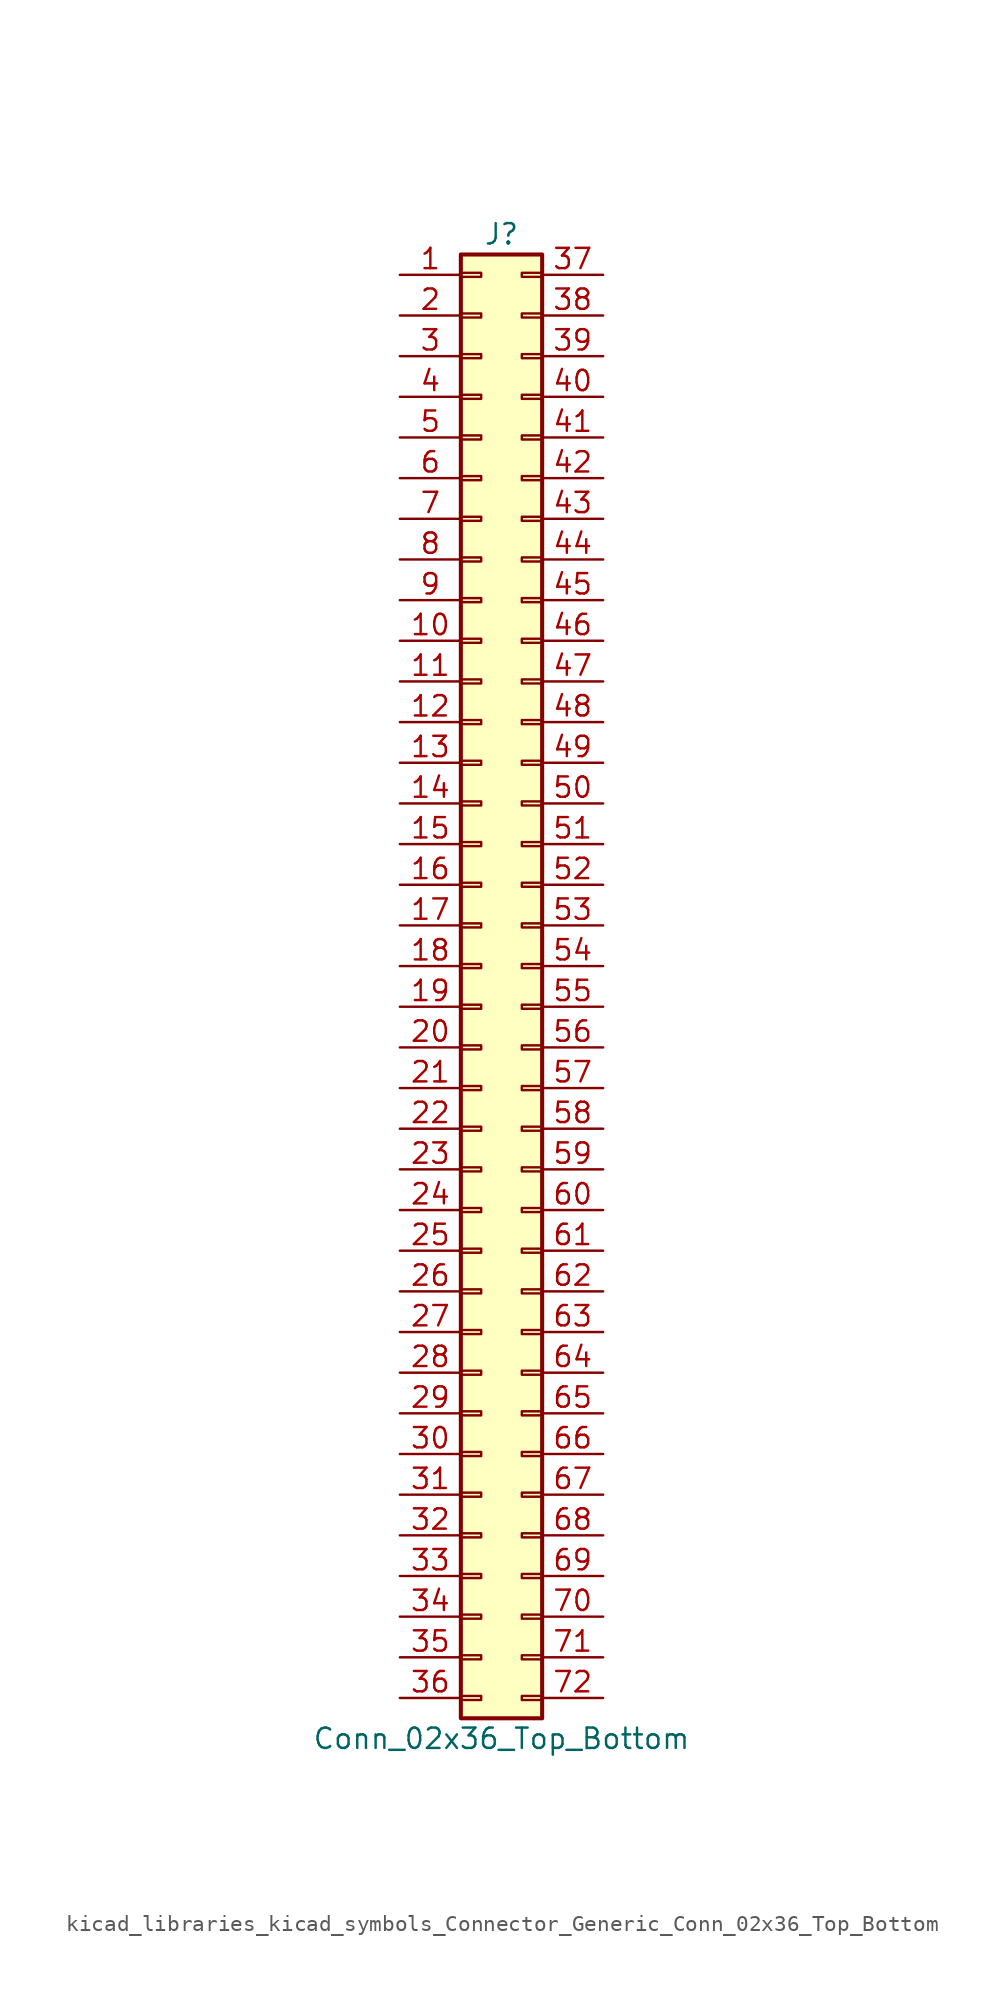
<source format=kicad_sym>
(kicad_symbol_lib
  (version 20220914)
  (generator kicad_symbol_editor)
  (symbol "kicad_libraries_kicad_symbols_Connector_Generic_Conn_02x36_Top_Bottom"
    (pin_names
      (offset 1.016) hide)
    (property "Reference" "J"
      (at 1.27 45.72 0)
      (effects (font (size 1.27 1.27))))
    (property "Value" "Conn_02x36_Top_Bottom"
      (at 1.27 -48.26 0)
      (effects (font (size 1.27 1.27))))
    (symbol "kicad_libraries_kicad_symbols_Connector_Generic_Conn_02x36_Top_Bottom_1_1"
      (rectangle (start -1.27 -45.593) (end 0 -45.847) (stroke (width 0.152) (type default)) (fill (type none)))
      (rectangle (start -1.27 -43.053) (end 0 -43.307) (stroke (width 0.152) (type default)) (fill (type none)))
      (rectangle (start -1.27 -40.513) (end 0 -40.767) (stroke (width 0.152) (type default)) (fill (type none)))
      (rectangle (start -1.27 -37.973) (end 0 -38.227) (stroke (width 0.152) (type default)) (fill (type none)))
      (rectangle (start -1.27 -35.433) (end 0 -35.687) (stroke (width 0.152) (type default)) (fill (type none)))
      (rectangle (start -1.27 -32.893) (end 0 -33.147) (stroke (width 0.152) (type default)) (fill (type none)))
      (rectangle (start -1.27 -30.353) (end 0 -30.607) (stroke (width 0.152) (type default)) (fill (type none)))
      (rectangle (start -1.27 -27.813) (end 0 -28.067) (stroke (width 0.152) (type default)) (fill (type none)))
      (rectangle (start -1.27 -25.273) (end 0 -25.527) (stroke (width 0.152) (type default)) (fill (type none)))
      (rectangle (start -1.27 -22.733) (end 0 -22.987) (stroke (width 0.152) (type default)) (fill (type none)))
      (rectangle (start -1.27 -20.193) (end 0 -20.447) (stroke (width 0.152) (type default)) (fill (type none)))
      (rectangle (start -1.27 -17.653) (end 0 -17.907) (stroke (width 0.152) (type default)) (fill (type none)))
      (rectangle (start -1.27 -15.113) (end 0 -15.367) (stroke (width 0.152) (type default)) (fill (type none)))
      (rectangle (start -1.27 -12.573) (end 0 -12.827) (stroke (width 0.152) (type default)) (fill (type none)))
      (rectangle (start -1.27 -10.033) (end 0 -10.287) (stroke (width 0.152) (type default)) (fill (type none)))
      (rectangle (start -1.27 -7.493) (end 0 -7.747) (stroke (width 0.152) (type default)) (fill (type none)))
      (rectangle (start -1.27 -4.953) (end 0 -5.207) (stroke (width 0.152) (type default)) (fill (type none)))
      (rectangle (start -1.27 -2.413) (end 0 -2.667) (stroke (width 0.152) (type default)) (fill (type none)))
      (rectangle (start -1.27 0.127) (end 0 -0.127) (stroke (width 0.152) (type default)) (fill (type none)))
      (rectangle (start -1.27 2.667) (end 0 2.413) (stroke (width 0.152) (type default)) (fill (type none)))
      (rectangle (start -1.27 5.207) (end 0 4.953) (stroke (width 0.152) (type default)) (fill (type none)))
      (rectangle (start -1.27 7.747) (end 0 7.493) (stroke (width 0.152) (type default)) (fill (type none)))
      (rectangle (start -1.27 10.287) (end 0 10.033) (stroke (width 0.152) (type default)) (fill (type none)))
      (rectangle (start -1.27 12.827) (end 0 12.573) (stroke (width 0.152) (type default)) (fill (type none)))
      (rectangle (start -1.27 15.367) (end 0 15.113) (stroke (width 0.152) (type default)) (fill (type none)))
      (rectangle (start -1.27 17.907) (end 0 17.653) (stroke (width 0.152) (type default)) (fill (type none)))
      (rectangle (start -1.27 20.447) (end 0 20.193) (stroke (width 0.152) (type default)) (fill (type none)))
      (rectangle (start -1.27 22.987) (end 0 22.733) (stroke (width 0.152) (type default)) (fill (type none)))
      (rectangle (start -1.27 25.527) (end 0 25.273) (stroke (width 0.152) (type default)) (fill (type none)))
      (rectangle (start -1.27 28.067) (end 0 27.813) (stroke (width 0.152) (type default)) (fill (type none)))
      (rectangle (start -1.27 30.607) (end 0 30.353) (stroke (width 0.152) (type default)) (fill (type none)))
      (rectangle (start -1.27 33.147) (end 0 32.893) (stroke (width 0.152) (type default)) (fill (type none)))
      (rectangle (start -1.27 35.687) (end 0 35.433) (stroke (width 0.152) (type default)) (fill (type none)))
      (rectangle (start -1.27 38.227) (end 0 37.973) (stroke (width 0.152) (type default)) (fill (type none)))
      (rectangle (start -1.27 40.767) (end 0 40.513) (stroke (width 0.152) (type default)) (fill (type none)))
      (rectangle (start -1.27 43.307) (end 0 43.053) (stroke (width 0.152) (type default)) (fill (type none)))
      (rectangle (start -1.27 44.45) (end 3.81 -46.99) (stroke (width 0.254) (type default)) (fill (type background)))
      (rectangle (start 3.81 -45.593) (end 2.54 -45.847) (stroke (width 0.152) (type default)) (fill (type none)))
      (rectangle (start 3.81 -43.053) (end 2.54 -43.307) (stroke (width 0.152) (type default)) (fill (type none)))
      (rectangle (start 3.81 -40.513) (end 2.54 -40.767) (stroke (width 0.152) (type default)) (fill (type none)))
      (rectangle (start 3.81 -37.973) (end 2.54 -38.227) (stroke (width 0.152) (type default)) (fill (type none)))
      (rectangle (start 3.81 -35.433) (end 2.54 -35.687) (stroke (width 0.152) (type default)) (fill (type none)))
      (rectangle (start 3.81 -32.893) (end 2.54 -33.147) (stroke (width 0.152) (type default)) (fill (type none)))
      (rectangle (start 3.81 -30.353) (end 2.54 -30.607) (stroke (width 0.152) (type default)) (fill (type none)))
      (rectangle (start 3.81 -27.813) (end 2.54 -28.067) (stroke (width 0.152) (type default)) (fill (type none)))
      (rectangle (start 3.81 -25.273) (end 2.54 -25.527) (stroke (width 0.152) (type default)) (fill (type none)))
      (rectangle (start 3.81 -22.733) (end 2.54 -22.987) (stroke (width 0.152) (type default)) (fill (type none)))
      (rectangle (start 3.81 -20.193) (end 2.54 -20.447) (stroke (width 0.152) (type default)) (fill (type none)))
      (rectangle (start 3.81 -17.653) (end 2.54 -17.907) (stroke (width 0.152) (type default)) (fill (type none)))
      (rectangle (start 3.81 -15.113) (end 2.54 -15.367) (stroke (width 0.152) (type default)) (fill (type none)))
      (rectangle (start 3.81 -12.573) (end 2.54 -12.827) (stroke (width 0.152) (type default)) (fill (type none)))
      (rectangle (start 3.81 -10.033) (end 2.54 -10.287) (stroke (width 0.152) (type default)) (fill (type none)))
      (rectangle (start 3.81 -7.493) (end 2.54 -7.747) (stroke (width 0.152) (type default)) (fill (type none)))
      (rectangle (start 3.81 -4.953) (end 2.54 -5.207) (stroke (width 0.152) (type default)) (fill (type none)))
      (rectangle (start 3.81 -2.413) (end 2.54 -2.667) (stroke (width 0.152) (type default)) (fill (type none)))
      (rectangle (start 3.81 0.127) (end 2.54 -0.127) (stroke (width 0.152) (type default)) (fill (type none)))
      (rectangle (start 3.81 2.667) (end 2.54 2.413) (stroke (width 0.152) (type default)) (fill (type none)))
      (rectangle (start 3.81 5.207) (end 2.54 4.953) (stroke (width 0.152) (type default)) (fill (type none)))
      (rectangle (start 3.81 7.747) (end 2.54 7.493) (stroke (width 0.152) (type default)) (fill (type none)))
      (rectangle (start 3.81 10.287) (end 2.54 10.033) (stroke (width 0.152) (type default)) (fill (type none)))
      (rectangle (start 3.81 12.827) (end 2.54 12.573) (stroke (width 0.152) (type default)) (fill (type none)))
      (rectangle (start 3.81 15.367) (end 2.54 15.113) (stroke (width 0.152) (type default)) (fill (type none)))
      (rectangle (start 3.81 17.907) (end 2.54 17.653) (stroke (width 0.152) (type default)) (fill (type none)))
      (rectangle (start 3.81 20.447) (end 2.54 20.193) (stroke (width 0.152) (type default)) (fill (type none)))
      (rectangle (start 3.81 22.987) (end 2.54 22.733) (stroke (width 0.152) (type default)) (fill (type none)))
      (rectangle (start 3.81 25.527) (end 2.54 25.273) (stroke (width 0.152) (type default)) (fill (type none)))
      (rectangle (start 3.81 28.067) (end 2.54 27.813) (stroke (width 0.152) (type default)) (fill (type none)))
      (rectangle (start 3.81 30.607) (end 2.54 30.353) (stroke (width 0.152) (type default)) (fill (type none)))
      (rectangle (start 3.81 33.147) (end 2.54 32.893) (stroke (width 0.152) (type default)) (fill (type none)))
      (rectangle (start 3.81 35.687) (end 2.54 35.433) (stroke (width 0.152) (type default)) (fill (type none)))
      (rectangle (start 3.81 38.227) (end 2.54 37.973) (stroke (width 0.152) (type default)) (fill (type none)))
      (rectangle (start 3.81 40.767) (end 2.54 40.513) (stroke (width 0.152) (type default)) (fill (type none)))
      (rectangle (start 3.81 43.307) (end 2.54 43.053) (stroke (width 0.152) (type default)) (fill (type none)))
      (pin passive line (at -5.08 43.18 0) (length 3.81) (name "Pin_1" (effects (font (size 1.27 1.27)))) (number "1" (effects (font (size 1.27 1.27)))))
      (pin passive line (at -5.08 20.32 0) (length 3.81) (name "Pin_10" (effects (font (size 1.27 1.27)))) (number "10" (effects (font (size 1.27 1.27)))))
      (pin passive line (at -5.08 17.78 0) (length 3.81) (name "Pin_11" (effects (font (size 1.27 1.27)))) (number "11" (effects (font (size 1.27 1.27)))))
      (pin passive line (at -5.08 15.24 0) (length 3.81) (name "Pin_12" (effects (font (size 1.27 1.27)))) (number "12" (effects (font (size 1.27 1.27)))))
      (pin passive line (at -5.08 12.7 0) (length 3.81) (name "Pin_13" (effects (font (size 1.27 1.27)))) (number "13" (effects (font (size 1.27 1.27)))))
      (pin passive line (at -5.08 10.16 0) (length 3.81) (name "Pin_14" (effects (font (size 1.27 1.27)))) (number "14" (effects (font (size 1.27 1.27)))))
      (pin passive line (at -5.08 7.62 0) (length 3.81) (name "Pin_15" (effects (font (size 1.27 1.27)))) (number "15" (effects (font (size 1.27 1.27)))))
      (pin passive line (at -5.08 5.08 0) (length 3.81) (name "Pin_16" (effects (font (size 1.27 1.27)))) (number "16" (effects (font (size 1.27 1.27)))))
      (pin passive line (at -5.08 2.54 0) (length 3.81) (name "Pin_17" (effects (font (size 1.27 1.27)))) (number "17" (effects (font (size 1.27 1.27)))))
      (pin passive line (at -5.08 0 0) (length 3.81) (name "Pin_18" (effects (font (size 1.27 1.27)))) (number "18" (effects (font (size 1.27 1.27)))))
      (pin passive line (at -5.08 -2.54 0) (length 3.81) (name "Pin_19" (effects (font (size 1.27 1.27)))) (number "19" (effects (font (size 1.27 1.27)))))
      (pin passive line (at -5.08 40.64 0) (length 3.81) (name "Pin_2" (effects (font (size 1.27 1.27)))) (number "2" (effects (font (size 1.27 1.27)))))
      (pin passive line (at -5.08 -5.08 0) (length 3.81) (name "Pin_20" (effects (font (size 1.27 1.27)))) (number "20" (effects (font (size 1.27 1.27)))))
      (pin passive line (at -5.08 -7.62 0) (length 3.81) (name "Pin_21" (effects (font (size 1.27 1.27)))) (number "21" (effects (font (size 1.27 1.27)))))
      (pin passive line (at -5.08 -10.16 0) (length 3.81) (name "Pin_22" (effects (font (size 1.27 1.27)))) (number "22" (effects (font (size 1.27 1.27)))))
      (pin passive line (at -5.08 -12.7 0) (length 3.81) (name "Pin_23" (effects (font (size 1.27 1.27)))) (number "23" (effects (font (size 1.27 1.27)))))
      (pin passive line (at -5.08 -15.24 0) (length 3.81) (name "Pin_24" (effects (font (size 1.27 1.27)))) (number "24" (effects (font (size 1.27 1.27)))))
      (pin passive line (at -5.08 -17.78 0) (length 3.81) (name "Pin_25" (effects (font (size 1.27 1.27)))) (number "25" (effects (font (size 1.27 1.27)))))
      (pin passive line (at -5.08 -20.32 0) (length 3.81) (name "Pin_26" (effects (font (size 1.27 1.27)))) (number "26" (effects (font (size 1.27 1.27)))))
      (pin passive line (at -5.08 -22.86 0) (length 3.81) (name "Pin_27" (effects (font (size 1.27 1.27)))) (number "27" (effects (font (size 1.27 1.27)))))
      (pin passive line (at -5.08 -25.4 0) (length 3.81) (name "Pin_28" (effects (font (size 1.27 1.27)))) (number "28" (effects (font (size 1.27 1.27)))))
      (pin passive line (at -5.08 -27.94 0) (length 3.81) (name "Pin_29" (effects (font (size 1.27 1.27)))) (number "29" (effects (font (size 1.27 1.27)))))
      (pin passive line (at -5.08 38.1 0) (length 3.81) (name "Pin_3" (effects (font (size 1.27 1.27)))) (number "3" (effects (font (size 1.27 1.27)))))
      (pin passive line (at -5.08 -30.48 0) (length 3.81) (name "Pin_30" (effects (font (size 1.27 1.27)))) (number "30" (effects (font (size 1.27 1.27)))))
      (pin passive line (at -5.08 -33.02 0) (length 3.81) (name "Pin_31" (effects (font (size 1.27 1.27)))) (number "31" (effects (font (size 1.27 1.27)))))
      (pin passive line (at -5.08 -35.56 0) (length 3.81) (name "Pin_32" (effects (font (size 1.27 1.27)))) (number "32" (effects (font (size 1.27 1.27)))))
      (pin passive line (at -5.08 -38.1 0) (length 3.81) (name "Pin_33" (effects (font (size 1.27 1.27)))) (number "33" (effects (font (size 1.27 1.27)))))
      (pin passive line (at -5.08 -40.64 0) (length 3.81) (name "Pin_34" (effects (font (size 1.27 1.27)))) (number "34" (effects (font (size 1.27 1.27)))))
      (pin passive line (at -5.08 -43.18 0) (length 3.81) (name "Pin_35" (effects (font (size 1.27 1.27)))) (number "35" (effects (font (size 1.27 1.27)))))
      (pin passive line (at -5.08 -45.72 0) (length 3.81) (name "Pin_36" (effects (font (size 1.27 1.27)))) (number "36" (effects (font (size 1.27 1.27)))))
      (pin passive line (at 7.62 43.18 180) (length 3.81) (name "Pin_37" (effects (font (size 1.27 1.27)))) (number "37" (effects (font (size 1.27 1.27)))))
      (pin passive line (at 7.62 40.64 180) (length 3.81) (name "Pin_38" (effects (font (size 1.27 1.27)))) (number "38" (effects (font (size 1.27 1.27)))))
      (pin passive line (at 7.62 38.1 180) (length 3.81) (name "Pin_39" (effects (font (size 1.27 1.27)))) (number "39" (effects (font (size 1.27 1.27)))))
      (pin passive line (at -5.08 35.56 0) (length 3.81) (name "Pin_4" (effects (font (size 1.27 1.27)))) (number "4" (effects (font (size 1.27 1.27)))))
      (pin passive line (at 7.62 35.56 180) (length 3.81) (name "Pin_40" (effects (font (size 1.27 1.27)))) (number "40" (effects (font (size 1.27 1.27)))))
      (pin passive line (at 7.62 33.02 180) (length 3.81) (name "Pin_41" (effects (font (size 1.27 1.27)))) (number "41" (effects (font (size 1.27 1.27)))))
      (pin passive line (at 7.62 30.48 180) (length 3.81) (name "Pin_42" (effects (font (size 1.27 1.27)))) (number "42" (effects (font (size 1.27 1.27)))))
      (pin passive line (at 7.62 27.94 180) (length 3.81) (name "Pin_43" (effects (font (size 1.27 1.27)))) (number "43" (effects (font (size 1.27 1.27)))))
      (pin passive line (at 7.62 25.4 180) (length 3.81) (name "Pin_44" (effects (font (size 1.27 1.27)))) (number "44" (effects (font (size 1.27 1.27)))))
      (pin passive line (at 7.62 22.86 180) (length 3.81) (name "Pin_45" (effects (font (size 1.27 1.27)))) (number "45" (effects (font (size 1.27 1.27)))))
      (pin passive line (at 7.62 20.32 180) (length 3.81) (name "Pin_46" (effects (font (size 1.27 1.27)))) (number "46" (effects (font (size 1.27 1.27)))))
      (pin passive line (at 7.62 17.78 180) (length 3.81) (name "Pin_47" (effects (font (size 1.27 1.27)))) (number "47" (effects (font (size 1.27 1.27)))))
      (pin passive line (at 7.62 15.24 180) (length 3.81) (name "Pin_48" (effects (font (size 1.27 1.27)))) (number "48" (effects (font (size 1.27 1.27)))))
      (pin passive line (at 7.62 12.7 180) (length 3.81) (name "Pin_49" (effects (font (size 1.27 1.27)))) (number "49" (effects (font (size 1.27 1.27)))))
      (pin passive line (at -5.08 33.02 0) (length 3.81) (name "Pin_5" (effects (font (size 1.27 1.27)))) (number "5" (effects (font (size 1.27 1.27)))))
      (pin passive line (at 7.62 10.16 180) (length 3.81) (name "Pin_50" (effects (font (size 1.27 1.27)))) (number "50" (effects (font (size 1.27 1.27)))))
      (pin passive line (at 7.62 7.62 180) (length 3.81) (name "Pin_51" (effects (font (size 1.27 1.27)))) (number "51" (effects (font (size 1.27 1.27)))))
      (pin passive line (at 7.62 5.08 180) (length 3.81) (name "Pin_52" (effects (font (size 1.27 1.27)))) (number "52" (effects (font (size 1.27 1.27)))))
      (pin passive line (at 7.62 2.54 180) (length 3.81) (name "Pin_53" (effects (font (size 1.27 1.27)))) (number "53" (effects (font (size 1.27 1.27)))))
      (pin passive line (at 7.62 0 180) (length 3.81) (name "Pin_54" (effects (font (size 1.27 1.27)))) (number "54" (effects (font (size 1.27 1.27)))))
      (pin passive line (at 7.62 -2.54 180) (length 3.81) (name "Pin_55" (effects (font (size 1.27 1.27)))) (number "55" (effects (font (size 1.27 1.27)))))
      (pin passive line (at 7.62 -5.08 180) (length 3.81) (name "Pin_56" (effects (font (size 1.27 1.27)))) (number "56" (effects (font (size 1.27 1.27)))))
      (pin passive line (at 7.62 -7.62 180) (length 3.81) (name "Pin_57" (effects (font (size 1.27 1.27)))) (number "57" (effects (font (size 1.27 1.27)))))
      (pin passive line (at 7.62 -10.16 180) (length 3.81) (name "Pin_58" (effects (font (size 1.27 1.27)))) (number "58" (effects (font (size 1.27 1.27)))))
      (pin passive line (at 7.62 -12.7 180) (length 3.81) (name "Pin_59" (effects (font (size 1.27 1.27)))) (number "59" (effects (font (size 1.27 1.27)))))
      (pin passive line (at -5.08 30.48 0) (length 3.81) (name "Pin_6" (effects (font (size 1.27 1.27)))) (number "6" (effects (font (size 1.27 1.27)))))
      (pin passive line (at 7.62 -15.24 180) (length 3.81) (name "Pin_60" (effects (font (size 1.27 1.27)))) (number "60" (effects (font (size 1.27 1.27)))))
      (pin passive line (at 7.62 -17.78 180) (length 3.81) (name "Pin_61" (effects (font (size 1.27 1.27)))) (number "61" (effects (font (size 1.27 1.27)))))
      (pin passive line (at 7.62 -20.32 180) (length 3.81) (name "Pin_62" (effects (font (size 1.27 1.27)))) (number "62" (effects (font (size 1.27 1.27)))))
      (pin passive line (at 7.62 -22.86 180) (length 3.81) (name "Pin_63" (effects (font (size 1.27 1.27)))) (number "63" (effects (font (size 1.27 1.27)))))
      (pin passive line (at 7.62 -25.4 180) (length 3.81) (name "Pin_64" (effects (font (size 1.27 1.27)))) (number "64" (effects (font (size 1.27 1.27)))))
      (pin passive line (at 7.62 -27.94 180) (length 3.81) (name "Pin_65" (effects (font (size 1.27 1.27)))) (number "65" (effects (font (size 1.27 1.27)))))
      (pin passive line (at 7.62 -30.48 180) (length 3.81) (name "Pin_66" (effects (font (size 1.27 1.27)))) (number "66" (effects (font (size 1.27 1.27)))))
      (pin passive line (at 7.62 -33.02 180) (length 3.81) (name "Pin_67" (effects (font (size 1.27 1.27)))) (number "67" (effects (font (size 1.27 1.27)))))
      (pin passive line (at 7.62 -35.56 180) (length 3.81) (name "Pin_68" (effects (font (size 1.27 1.27)))) (number "68" (effects (font (size 1.27 1.27)))))
      (pin passive line (at 7.62 -38.1 180) (length 3.81) (name "Pin_69" (effects (font (size 1.27 1.27)))) (number "69" (effects (font (size 1.27 1.27)))))
      (pin passive line (at -5.08 27.94 0) (length 3.81) (name "Pin_7" (effects (font (size 1.27 1.27)))) (number "7" (effects (font (size 1.27 1.27)))))
      (pin passive line (at 7.62 -40.64 180) (length 3.81) (name "Pin_70" (effects (font (size 1.27 1.27)))) (number "70" (effects (font (size 1.27 1.27)))))
      (pin passive line (at 7.62 -43.18 180) (length 3.81) (name "Pin_71" (effects (font (size 1.27 1.27)))) (number "71" (effects (font (size 1.27 1.27)))))
      (pin passive line (at 7.62 -45.72 180) (length 3.81) (name "Pin_72" (effects (font (size 1.27 1.27)))) (number "72" (effects (font (size 1.27 1.27)))))
      (pin passive line (at -5.08 25.4 0) (length 3.81) (name "Pin_8" (effects (font (size 1.27 1.27)))) (number "8" (effects (font (size 1.27 1.27)))))
      (pin passive line (at -5.08 22.86 0) (length 3.81) (name "Pin_9" (effects (font (size 1.27 1.27)))) (number "9" (effects (font (size 1.27 1.27))))))))
</source>
